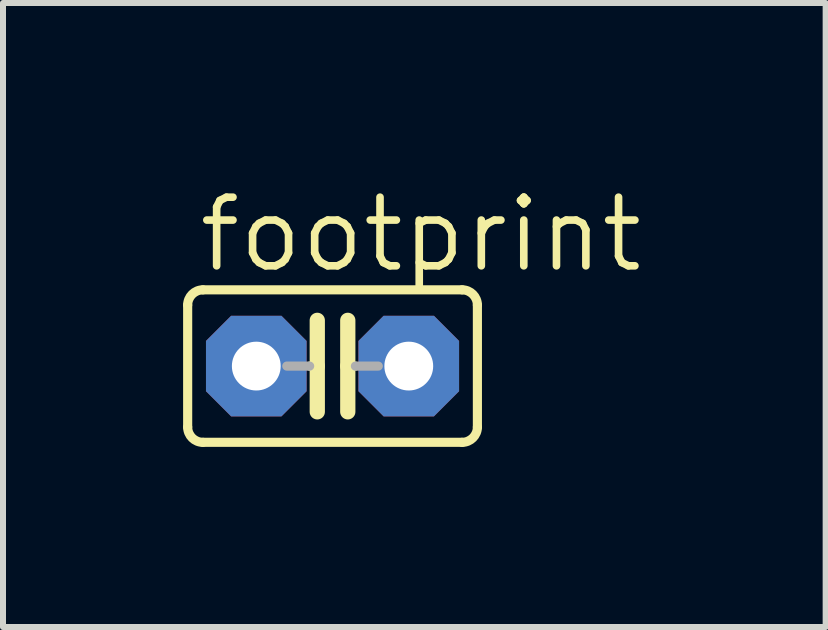
<source format=kicad_pcb>
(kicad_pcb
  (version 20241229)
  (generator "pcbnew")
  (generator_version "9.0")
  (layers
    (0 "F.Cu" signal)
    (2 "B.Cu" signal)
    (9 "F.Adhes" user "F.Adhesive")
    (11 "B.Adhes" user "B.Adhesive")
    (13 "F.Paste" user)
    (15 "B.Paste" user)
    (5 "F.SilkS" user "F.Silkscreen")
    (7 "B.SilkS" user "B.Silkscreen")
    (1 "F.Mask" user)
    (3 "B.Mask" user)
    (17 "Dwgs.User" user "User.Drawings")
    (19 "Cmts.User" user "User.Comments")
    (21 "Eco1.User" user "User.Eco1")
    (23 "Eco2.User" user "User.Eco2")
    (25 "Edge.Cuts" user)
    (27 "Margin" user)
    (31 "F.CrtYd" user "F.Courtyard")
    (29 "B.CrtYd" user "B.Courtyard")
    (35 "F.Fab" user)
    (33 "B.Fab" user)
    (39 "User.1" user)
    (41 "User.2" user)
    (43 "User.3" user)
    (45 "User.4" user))
  (footprint "footprint"
    (layer "F.Cu")
    (at 2.489 3.048)
    (property "Reference" "footprint" (at -2.286 -1.524 0) (layer "F.SilkS") (effects (font (size 1.143 1.143) (thickness 0.127)) (justify left bottom)))
    (fp_line (start -2.413 -1.016) (end -2.413 1.016) (stroke (width 0.152) (type solid)) (layer "F.SilkS"))
    (fp_line (start -2.159 -1.27) (end 2.159 -1.27) (stroke (width 0.152) (type solid)) (layer "F.SilkS"))
    (fp_line (start -0.254 -0.762) (end -0.254 0) (stroke (width 0.254) (type solid)) (layer "F.SilkS"))
    (fp_line (start -0.254 0) (end -0.381 0) (stroke (width 0.152) (type solid)) (layer "F.SilkS"))
    (fp_line (start -0.254 0) (end -0.254 0.762) (stroke (width 0.254) (type solid)) (layer "F.SilkS"))
    (fp_line (start 0.254 0) (end 0.254 -0.762) (stroke (width 0.254) (type solid)) (layer "F.SilkS"))
    (fp_line (start 0.254 0) (end 0.254 0.762) (stroke (width 0.254) (type solid)) (layer "F.SilkS"))
    (fp_line (start 0.381 0) (end 0.254 0) (stroke (width 0.152) (type solid)) (layer "F.SilkS"))
    (fp_line (start 2.159 1.27) (end -2.159 1.27) (stroke (width 0.152) (type solid)) (layer "F.SilkS"))
    (fp_line (start 2.413 -1.016) (end 2.413 1.016) (stroke (width 0.152) (type solid)) (layer "F.SilkS"))
    (fp_arc (start -2.413 -1.016) (mid -2.338605 -1.195605) (end -2.159 -1.27) (stroke (width 0.1524) (type solid)) (layer "F.SilkS"))
    (fp_arc (start -2.159 1.27) (mid -2.338605 1.195605) (end -2.413 1.016) (stroke (width 0.1524) (type solid)) (layer "F.SilkS"))
    (fp_arc (start 2.159 -1.27) (mid 2.338605 -1.195605) (end 2.413 -1.016) (stroke (width 0.1524) (type solid)) (layer "F.SilkS"))
    (fp_arc (start 2.413 1.016) (mid 2.338605 1.195605) (end 2.159 1.27) (stroke (width 0.1524) (type solid)) (layer "F.SilkS"))
    (fp_line (start -0.381 0) (end -0.762 0) (stroke (width 0.152) (type solid)) (layer "F.Fab"))
    (fp_line (start 0.762 0) (end 0.381 0) (stroke (width 0.152) (type solid)) (layer "F.Fab"))
    (pad "1" thru_hole roundrect (at -1.27 0) (size 1.676 1.676) (drill 0.813) (layers "*.Cu" "*.Mask") (roundrect_rratio 0.25) (chamfer_ratio 0.25) (chamfer top_left top_right bottom_left bottom_right))
    (pad "2" thru_hole roundrect (at 1.27 0) (size 1.676 1.676) (drill 0.813) (layers "*.Cu" "*.Mask") (roundrect_rratio 0.25) (chamfer_ratio 0.25) (chamfer top_left top_right bottom_left bottom_right)))
  (gr_rect
    (start -3 -3)
    (end 10.703 7.394)
    (stroke (width 0.1) (type default))
    (fill no)
    (layer "Edge.Cuts")))
</source>
